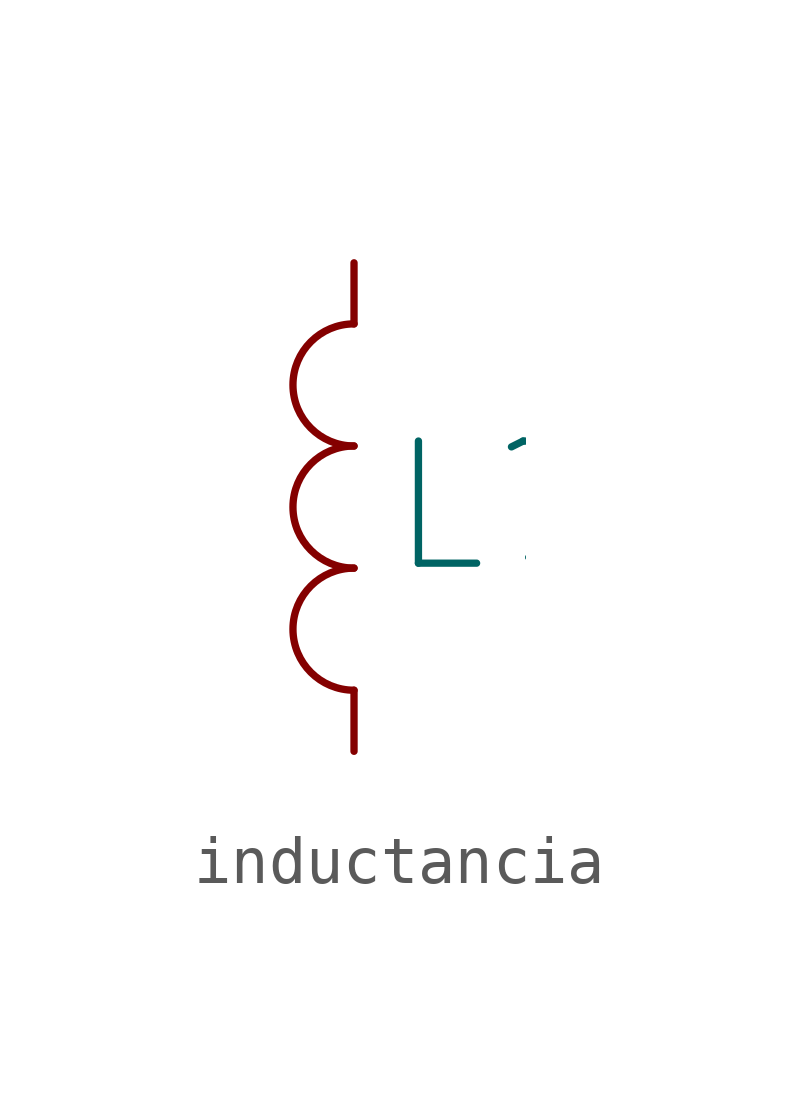
<source format=kicad_sym>
(kicad_symbol_lib
  (version 20231120)
  (generator "kicad_symbol_editor")
  (generator_version "8.0")
  (symbol "inductancia"
    (pin_names
      (offset 1.016))
    (property "Reference" "L"
      (at 0.635 -5.08 0)
      (effects (font (size 2.54 2.54)) (justify left)))
    (symbol "inductancia_0_1"
      (arc (start 0 -6.35) (mid -1.2645 -7.62) (end 0 -8.89) (stroke (width 0) (type default)) (fill (type none)))
      (arc (start 0 -3.81) (mid -1.2645 -5.08) (end 0 -6.35) (stroke (width 0) (type default)) (fill (type none)))
      (arc (start 0 -1.27) (mid -1.2645 -2.54) (end 0 -3.81) (stroke (width 0) (type default)) (fill (type none))))
    (symbol "inductancia_1_1"
      (pin input line (at 0 -10.16 90) (length 1.27) (name "" (effects (font (size 1.27 1.27)))) (number "" (effects (font (size 1.143 1.143)))))
      (pin input line (at 0 0 270) (length 1.27) (name "" (effects (font (size 1.27 1.27)))) (number "" (effects (font (size 1.143 1.143))))))))
</source>
